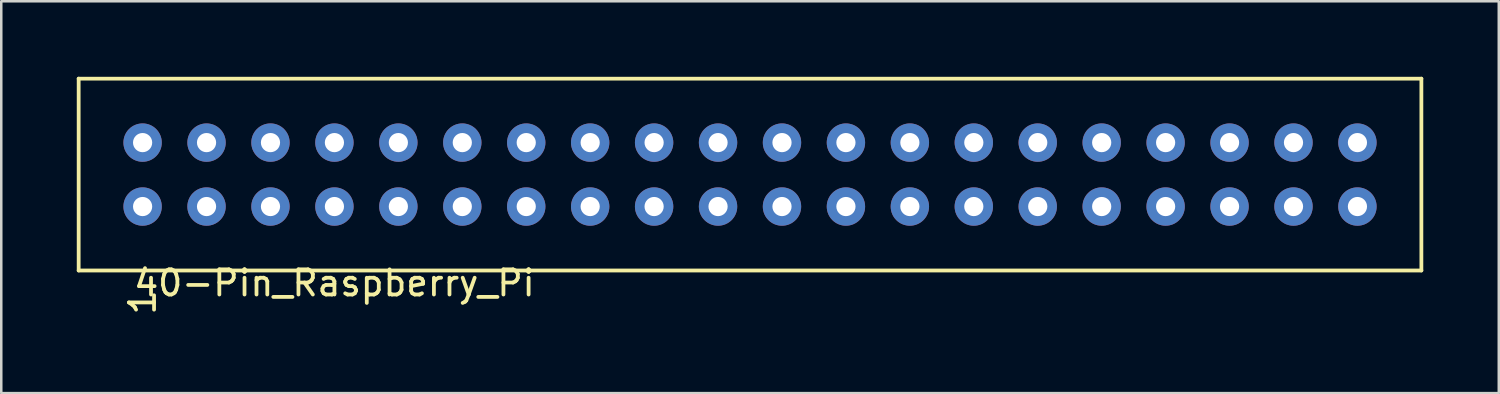
<source format=kicad_pcb>
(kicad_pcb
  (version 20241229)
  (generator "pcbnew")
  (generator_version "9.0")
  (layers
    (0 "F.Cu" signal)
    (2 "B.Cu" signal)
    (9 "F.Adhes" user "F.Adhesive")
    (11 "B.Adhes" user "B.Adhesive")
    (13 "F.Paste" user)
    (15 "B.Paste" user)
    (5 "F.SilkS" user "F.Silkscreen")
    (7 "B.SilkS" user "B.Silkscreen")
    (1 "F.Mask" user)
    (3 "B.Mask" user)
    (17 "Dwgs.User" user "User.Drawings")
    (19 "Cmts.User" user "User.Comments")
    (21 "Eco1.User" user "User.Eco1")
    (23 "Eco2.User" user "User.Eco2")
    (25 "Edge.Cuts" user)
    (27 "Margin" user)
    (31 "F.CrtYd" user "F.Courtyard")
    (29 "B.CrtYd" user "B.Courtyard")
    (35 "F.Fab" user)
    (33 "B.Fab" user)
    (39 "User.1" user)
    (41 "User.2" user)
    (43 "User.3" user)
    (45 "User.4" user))
  (footprint "40-Pin_Raspberry_Pi"
    (layer "F.Cu")
    (at 10.235 7.695)
    (property "Reference" "40-Pin_Raspberry_Pi" (at 0 0.5 0) (layer "F.SilkS") (effects (font (size 1 1) (thickness 0.15))))
    (attr through_hole)
    (fp_line (start -10.16 -7.62) (end 43.18 -7.62) (stroke (width 0.15) (type solid)) (layer "F.SilkS"))
    (fp_line (start -10.16 0) (end -10.16 -7.62) (stroke (width 0.15) (type solid)) (layer "F.SilkS"))
    (fp_line (start 43.18 -7.62) (end 43.18 0) (stroke (width 0.15) (type solid)) (layer "F.SilkS"))
    (fp_line (start 43.18 0) (end -10.16 0) (stroke (width 0.15) (type solid)) (layer "F.SilkS"))
    (fp_text user "1" (at -7.62 1.27 90) (layer "F.SilkS") (effects (font (size 1 1) (thickness 0.15))))
    (pad "1" thru_hole circle (at -7.62 -2.54) (size 1.524 1.524) (drill 0.762) (layers "*.Cu" "*.Mask"))
    (pad "2" thru_hole circle (at -7.62 -5.08) (size 1.524 1.524) (drill 0.762) (layers "*.Cu" "*.Mask"))
    (pad "3" thru_hole circle (at -5.08 -2.54) (size 1.524 1.524) (drill 0.762) (layers "*.Cu" "*.Mask"))
    (pad "4" thru_hole circle (at -5.08 -5.08) (size 1.524 1.524) (drill 0.762) (layers "*.Cu" "*.Mask"))
    (pad "5" thru_hole circle (at -2.54 -2.54) (size 1.524 1.524) (drill 0.762) (layers "*.Cu" "*.Mask"))
    (pad "6" thru_hole circle (at -2.54 -5.08) (size 1.524 1.524) (drill 0.762) (layers "*.Cu" "*.Mask"))
    (pad "7" thru_hole circle (at 0 -2.54) (size 1.524 1.524) (drill 0.762) (layers "*.Cu" "*.Mask"))
    (pad "8" thru_hole circle (at 0 -5.08) (size 1.524 1.524) (drill 0.762) (layers "*.Cu" "*.Mask"))
    (pad "9" thru_hole circle (at 2.54 -2.54) (size 1.524 1.524) (drill 0.762) (layers "*.Cu" "*.Mask"))
    (pad "10" thru_hole circle (at 2.54 -5.08) (size 1.524 1.524) (drill 0.762) (layers "*.Cu" "*.Mask"))
    (pad "11" thru_hole circle (at 5.08 -2.54) (size 1.524 1.524) (drill 0.762) (layers "*.Cu" "*.Mask"))
    (pad "12" thru_hole circle (at 5.08 -5.08) (size 1.524 1.524) (drill 0.762) (layers "*.Cu" "*.Mask"))
    (pad "13" thru_hole circle (at 7.62 -2.54) (size 1.524 1.524) (drill 0.762) (layers "*.Cu" "*.Mask"))
    (pad "14" thru_hole circle (at 7.62 -5.08) (size 1.524 1.524) (drill 0.762) (layers "*.Cu" "*.Mask"))
    (pad "15" thru_hole circle (at 10.16 -2.54) (size 1.524 1.524) (drill 0.762) (layers "*.Cu" "*.Mask"))
    (pad "16" thru_hole circle (at 10.16 -5.08) (size 1.524 1.524) (drill 0.762) (layers "*.Cu" "*.Mask"))
    (pad "17" thru_hole circle (at 12.7 -2.54) (size 1.524 1.524) (drill 0.762) (layers "*.Cu" "*.Mask"))
    (pad "18" thru_hole circle (at 12.7 -5.08) (size 1.524 1.524) (drill 0.762) (layers "*.Cu" "*.Mask"))
    (pad "19" thru_hole circle (at 15.24 -2.54) (size 1.524 1.524) (drill 0.762) (layers "*.Cu" "*.Mask"))
    (pad "20" thru_hole circle (at 15.24 -5.08) (size 1.524 1.524) (drill 0.762) (layers "*.Cu" "*.Mask"))
    (pad "21" thru_hole circle (at 17.78 -2.54) (size 1.524 1.524) (drill 0.762) (layers "*.Cu" "*.Mask"))
    (pad "22" thru_hole circle (at 17.78 -5.08) (size 1.524 1.524) (drill 0.762) (layers "*.Cu" "*.Mask"))
    (pad "23" thru_hole circle (at 20.32 -2.54) (size 1.524 1.524) (drill 0.762) (layers "*.Cu" "*.Mask"))
    (pad "24" thru_hole circle (at 20.32 -5.08) (size 1.524 1.524) (drill 0.762) (layers "*.Cu" "*.Mask"))
    (pad "25" thru_hole circle (at 22.86 -2.54) (size 1.524 1.524) (drill 0.762) (layers "*.Cu" "*.Mask"))
    (pad "26" thru_hole circle (at 22.86 -5.08) (size 1.524 1.524) (drill 0.762) (layers "*.Cu" "*.Mask"))
    (pad "27" thru_hole circle (at 25.4 -2.54) (size 1.524 1.524) (drill 0.762) (layers "*.Cu" "*.Mask"))
    (pad "28" thru_hole circle (at 25.4 -5.08) (size 1.524 1.524) (drill 0.762) (layers "*.Cu" "*.Mask"))
    (pad "29" thru_hole circle (at 27.94 -2.54) (size 1.524 1.524) (drill 0.762) (layers "*.Cu" "*.Mask"))
    (pad "30" thru_hole circle (at 27.94 -5.08) (size 1.524 1.524) (drill 0.762) (layers "*.Cu" "*.Mask"))
    (pad "31" thru_hole circle (at 30.48 -2.54) (size 1.524 1.524) (drill 0.762) (layers "*.Cu" "*.Mask"))
    (pad "32" thru_hole circle (at 30.48 -5.08) (size 1.524 1.524) (drill 0.762) (layers "*.Cu" "*.Mask"))
    (pad "33" thru_hole circle (at 33.02 -2.54) (size 1.524 1.524) (drill 0.762) (layers "*.Cu" "*.Mask"))
    (pad "34" thru_hole circle (at 33.02 -5.08) (size 1.524 1.524) (drill 0.762) (layers "*.Cu" "*.Mask"))
    (pad "35" thru_hole circle (at 35.56 -2.54) (size 1.524 1.524) (drill 0.762) (layers "*.Cu" "*.Mask"))
    (pad "36" thru_hole circle (at 35.56 -5.08) (size 1.524 1.524) (drill 0.762) (layers "*.Cu" "*.Mask"))
    (pad "37" thru_hole circle (at 38.1 -2.54) (size 1.524 1.524) (drill 0.762) (layers "*.Cu" "*.Mask"))
    (pad "38" thru_hole circle (at 38.1 -5.08) (size 1.524 1.524) (drill 0.762) (layers "*.Cu" "*.Mask"))
    (pad "39" thru_hole circle (at 40.64 -2.54) (size 1.524 1.524) (drill 0.762) (layers "*.Cu" "*.Mask"))
    (pad "40" thru_hole circle (at 40.64 -5.08) (size 1.524 1.524) (drill 0.762) (layers "*.Cu" "*.Mask")))
  (gr_rect
    (start -3 -3)
    (end 56.49 12.566)
    (stroke (width 0.1) (type default))
    (fill no)
    (layer "Edge.Cuts")))
</source>
